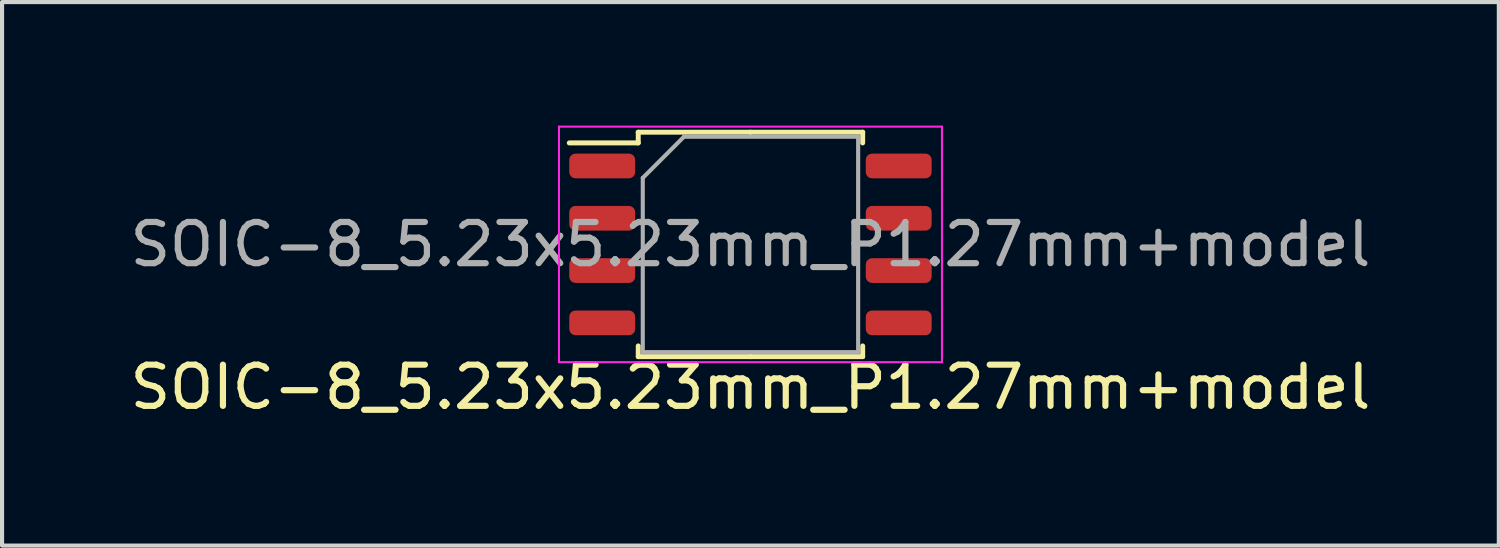
<source format=kicad_pcb>
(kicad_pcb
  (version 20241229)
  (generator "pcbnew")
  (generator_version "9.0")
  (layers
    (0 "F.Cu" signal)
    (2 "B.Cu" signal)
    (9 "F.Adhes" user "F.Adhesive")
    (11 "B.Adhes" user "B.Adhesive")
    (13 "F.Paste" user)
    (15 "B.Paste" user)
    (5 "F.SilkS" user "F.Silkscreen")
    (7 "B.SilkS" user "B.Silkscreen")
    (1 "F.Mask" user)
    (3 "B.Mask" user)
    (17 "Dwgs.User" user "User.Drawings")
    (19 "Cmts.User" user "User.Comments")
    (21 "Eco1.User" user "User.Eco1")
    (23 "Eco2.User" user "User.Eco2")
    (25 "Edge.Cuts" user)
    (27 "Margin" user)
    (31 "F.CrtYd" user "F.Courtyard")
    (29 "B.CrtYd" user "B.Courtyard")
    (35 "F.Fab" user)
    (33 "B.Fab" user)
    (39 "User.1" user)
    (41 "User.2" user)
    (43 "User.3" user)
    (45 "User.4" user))
  (footprint "SOIC-8_5.23x5.23mm_P1.27mm+model"
    (layer "F.Cu")
    (at 15.173 2.885)
    (property "Reference" "SOIC-8_5.23x5.23mm_P1.27mm+model" (at 0 3.465 180) (layer "F.SilkS") (effects (font (size 1 1) (thickness 0.15))))
    (attr smd)
    (fp_line (start -2.725 -2.725) (end -2.725 -2.465) (stroke (width 0.12) (type solid)) (layer "F.SilkS"))
    (fp_line (start -2.725 -2.465) (end -4.4 -2.465) (stroke (width 0.12) (type solid)) (layer "F.SilkS"))
    (fp_line (start -2.725 2.725) (end -2.725 2.465) (stroke (width 0.12) (type solid)) (layer "F.SilkS"))
    (fp_line (start 0 -2.725) (end -2.725 -2.725) (stroke (width 0.12) (type solid)) (layer "F.SilkS"))
    (fp_line (start 0 -2.725) (end 2.725 -2.725) (stroke (width 0.12) (type solid)) (layer "F.SilkS"))
    (fp_line (start 0 2.725) (end -2.725 2.725) (stroke (width 0.12) (type solid)) (layer "F.SilkS"))
    (fp_line (start 0 2.725) (end 2.725 2.725) (stroke (width 0.12) (type solid)) (layer "F.SilkS"))
    (fp_line (start 2.725 -2.725) (end 2.725 -2.465) (stroke (width 0.12) (type solid)) (layer "F.SilkS"))
    (fp_line (start 2.725 2.725) (end 2.725 2.465) (stroke (width 0.12) (type solid)) (layer "F.SilkS"))
    (fp_line (start -4.65 -2.86) (end -4.65 2.86) (stroke (width 0.05) (type solid)) (layer "F.CrtYd"))
    (fp_line (start -4.65 2.86) (end 4.65 2.86) (stroke (width 0.05) (type solid)) (layer "F.CrtYd"))
    (fp_line (start 4.65 -2.86) (end -4.65 -2.86) (stroke (width 0.05) (type solid)) (layer "F.CrtYd"))
    (fp_line (start 4.65 2.86) (end 4.65 -2.86) (stroke (width 0.05) (type solid)) (layer "F.CrtYd"))
    (fp_line (start -2.615 -1.615) (end -1.615 -2.615) (stroke (width 0.1) (type solid)) (layer "F.Fab"))
    (fp_line (start -2.615 2.615) (end -2.615 -1.615) (stroke (width 0.1) (type solid)) (layer "F.Fab"))
    (fp_line (start -1.615 -2.615) (end 2.615 -2.615) (stroke (width 0.1) (type solid)) (layer "F.Fab"))
    (fp_line (start 2.615 -2.615) (end 2.615 2.615) (stroke (width 0.1) (type solid)) (layer "F.Fab"))
    (fp_line (start 2.615 2.615) (end -2.615 2.615) (stroke (width 0.1) (type solid)) (layer "F.Fab"))
    (fp_text user "${REFERENCE}" (at 0 0 180) (layer "F.Fab") (effects (font (size 1 1) (thickness 0.15))))
    (pad "1" smd roundrect (at -3.6 -1.905) (size 1.6 0.6) (layers "F.Cu" "F.Mask" "F.Paste") (roundrect_rratio 0.25))
    (pad "2" smd roundrect (at -3.6 -0.635) (size 1.6 0.6) (layers "F.Cu" "F.Mask" "F.Paste") (roundrect_rratio 0.25))
    (pad "3" smd roundrect (at -3.6 0.635) (size 1.6 0.6) (layers "F.Cu" "F.Mask" "F.Paste") (roundrect_rratio 0.25))
    (pad "4" smd roundrect (at -3.6 1.905) (size 1.6 0.6) (layers "F.Cu" "F.Mask" "F.Paste") (roundrect_rratio 0.25))
    (pad "5" smd roundrect (at 3.6 1.905) (size 1.6 0.6) (layers "F.Cu" "F.Mask" "F.Paste") (roundrect_rratio 0.25))
    (pad "6" smd roundrect (at 3.6 0.635) (size 1.6 0.6) (layers "F.Cu" "F.Mask" "F.Paste") (roundrect_rratio 0.25))
    (pad "7" smd roundrect (at 3.6 -0.635) (size 1.6 0.6) (layers "F.Cu" "F.Mask" "F.Paste") (roundrect_rratio 0.25))
    (pad "8" smd roundrect (at 3.6 -1.905) (size 1.6 0.6) (layers "F.Cu" "F.Mask" "F.Paste") (roundrect_rratio 0.25)))
  (gr_rect
    (start -3 -3)
    (end 33.345 10.198)
    (stroke (width 0.1) (type default))
    (fill no)
    (layer "Edge.Cuts")))
</source>
